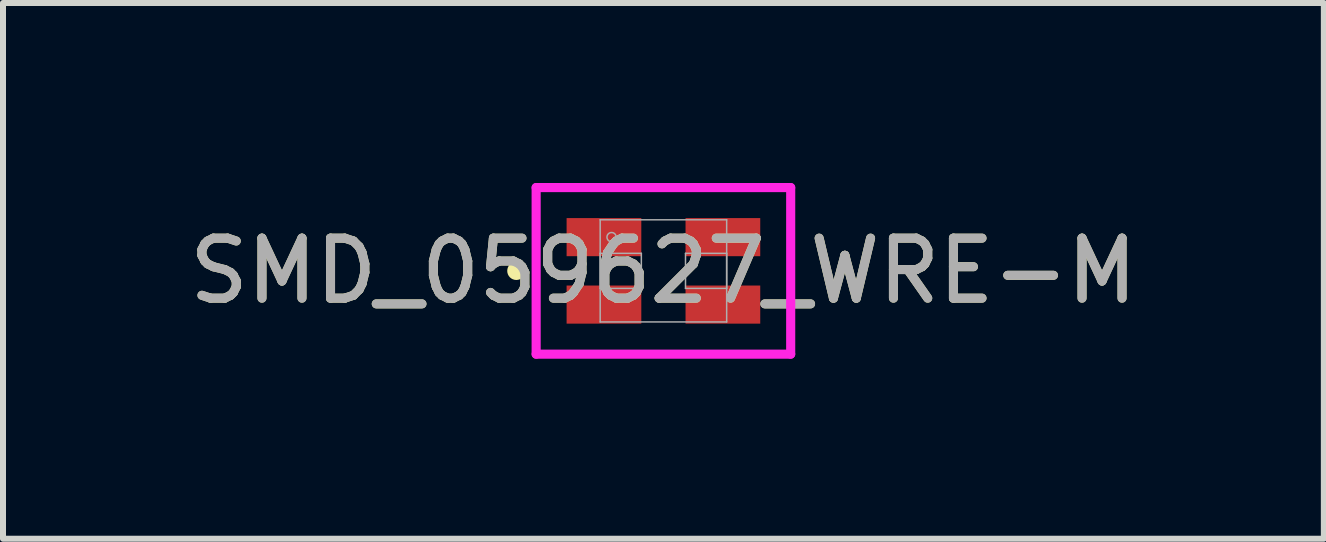
<source format=kicad_pcb>
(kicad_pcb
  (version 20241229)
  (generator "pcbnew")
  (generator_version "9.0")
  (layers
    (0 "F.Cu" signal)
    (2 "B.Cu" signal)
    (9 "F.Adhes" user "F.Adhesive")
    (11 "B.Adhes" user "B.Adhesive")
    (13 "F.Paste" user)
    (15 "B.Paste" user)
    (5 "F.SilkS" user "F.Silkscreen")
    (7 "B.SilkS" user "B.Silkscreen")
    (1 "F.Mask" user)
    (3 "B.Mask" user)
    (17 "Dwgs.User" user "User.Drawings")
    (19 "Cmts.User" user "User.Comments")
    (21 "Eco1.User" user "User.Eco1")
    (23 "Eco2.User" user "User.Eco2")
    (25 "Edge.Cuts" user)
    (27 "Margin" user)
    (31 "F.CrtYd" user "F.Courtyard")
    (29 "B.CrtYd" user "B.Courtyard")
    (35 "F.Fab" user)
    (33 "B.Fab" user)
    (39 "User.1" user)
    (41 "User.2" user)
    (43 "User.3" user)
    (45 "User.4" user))
  (footprint "SMD_059627_WRE-M"
    (layer "F.Cu")
    (at 8.006 1.464)
    (property "Reference" "SMD_059627_WRE-M" (at 0 0 0) (unlocked yes) (layer "F.SilkS") (effects (font (size 1 1) (thickness 0.15))))
    (attr smd)
    (fp_circle (center -2.451 0) (end -2.375 0) (stroke (width 0.152) (type solid)) (fill no) (layer "F.SilkS"))
    (fp_line (start -2.121 -1.388) (end 2.121 -1.388) (stroke (width 0.152) (type solid)) (layer "F.CrtYd"))
    (fp_line (start -2.121 1.388) (end -2.121 -1.388) (stroke (width 0.152) (type solid)) (layer "F.CrtYd"))
    (fp_line (start 2.121 -1.388) (end 2.121 1.388) (stroke (width 0.152) (type solid)) (layer "F.CrtYd"))
    (fp_line (start 2.121 1.388) (end -2.121 1.388) (stroke (width 0.152) (type solid)) (layer "F.CrtYd"))
    (fp_line (start -1.054 -0.851) (end -1.054 0.851) (stroke (width 0.025) (type solid)) (layer "F.Fab"))
    (fp_line (start -1.054 -0.292) (end -1.054 0.292) (stroke (width 0.025) (type solid)) (layer "F.Fab"))
    (fp_line (start -1.054 0.292) (end -0.368 0.292) (stroke (width 0.025) (type solid)) (layer "F.Fab"))
    (fp_line (start -1.054 0.851) (end 1.054 0.851) (stroke (width 0.025) (type solid)) (layer "F.Fab"))
    (fp_line (start -0.368 -0.292) (end -1.054 -0.292) (stroke (width 0.025) (type solid)) (layer "F.Fab"))
    (fp_line (start -0.368 0.292) (end -0.368 -0.292) (stroke (width 0.025) (type solid)) (layer "F.Fab"))
    (fp_line (start 0.368 -0.292) (end 0.368 0.292) (stroke (width 0.025) (type solid)) (layer "F.Fab"))
    (fp_line (start 0.368 0.292) (end 1.054 0.292) (stroke (width 0.025) (type solid)) (layer "F.Fab"))
    (fp_line (start 1.054 -0.851) (end -1.054 -0.851) (stroke (width 0.025) (type solid)) (layer "F.Fab"))
    (fp_line (start 1.054 -0.292) (end 0.368 -0.292) (stroke (width 0.025) (type solid)) (layer "F.Fab"))
    (fp_line (start 1.054 0.292) (end 1.054 -0.292) (stroke (width 0.025) (type solid)) (layer "F.Fab"))
    (fp_line (start 1.054 0.851) (end 1.054 -0.851) (stroke (width 0.025) (type solid)) (layer "F.Fab"))
    (fp_circle (center -0.864 -0.562) (end -0.787 -0.562) (stroke (width 0.025) (type solid)) (fill no) (layer "F.Fab"))
    (fp_text user "${REFERENCE}" (at 0 0 0) (unlocked yes) (layer "F.Fab") (effects (font (size 1 1) (thickness 0.15))))
    (pad "1" smd rect (at -0.991 0.562) (size 1.245 0.635) (layers "F.Cu" "F.Mask" "F.Paste"))
    (pad "2" smd rect (at 0.991 0.562) (size 1.245 0.635) (layers "F.Cu" "F.Mask" "F.Paste"))
    (pad "3" smd rect (at 0.991 -0.562) (size 1.245 0.635) (layers "F.Cu" "F.Mask" "F.Paste"))
    (pad "4" smd rect (at -0.991 -0.562) (size 1.245 0.635) (layers "F.Cu" "F.Mask" "F.Paste"))
    (zone (net_name "") (layer "F.Cu") (hatch full 0.508) (connect_pads) (min_thickness 0.254) (filled_areas_thickness no) (keepout (tracks not_allowed) (vias not_allowed) (pads allowed) (copperpour not_allowed) (footprints allowed)) (placement (enabled no)) (fill) (polygon (pts (xy 7.688 0.664) (xy 8.323 0.664) (xy 8.323 2.264) (xy 7.688 2.264)))))
  (gr_rect
    (start -3 -3)
    (end 19.012 5.928)
    (stroke (width 0.1) (type default))
    (fill no)
    (layer "Edge.Cuts")))
</source>
